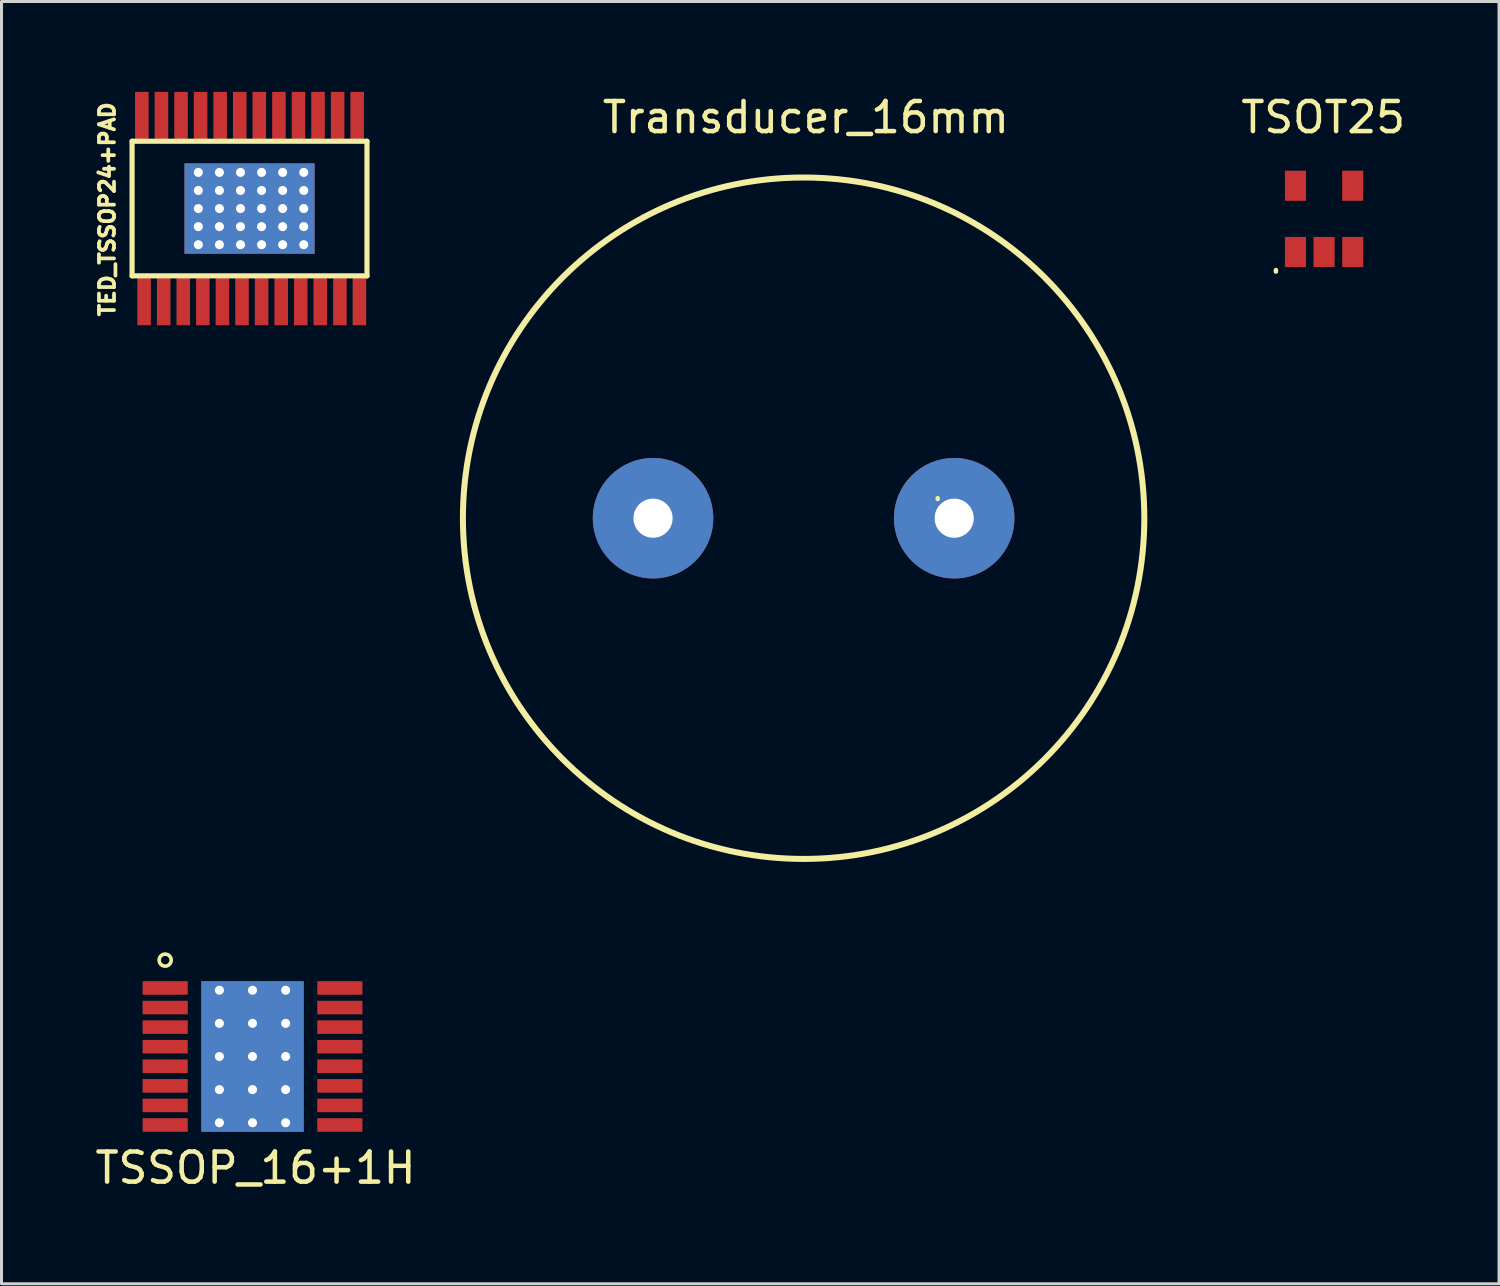
<source format=kicad_pcb>
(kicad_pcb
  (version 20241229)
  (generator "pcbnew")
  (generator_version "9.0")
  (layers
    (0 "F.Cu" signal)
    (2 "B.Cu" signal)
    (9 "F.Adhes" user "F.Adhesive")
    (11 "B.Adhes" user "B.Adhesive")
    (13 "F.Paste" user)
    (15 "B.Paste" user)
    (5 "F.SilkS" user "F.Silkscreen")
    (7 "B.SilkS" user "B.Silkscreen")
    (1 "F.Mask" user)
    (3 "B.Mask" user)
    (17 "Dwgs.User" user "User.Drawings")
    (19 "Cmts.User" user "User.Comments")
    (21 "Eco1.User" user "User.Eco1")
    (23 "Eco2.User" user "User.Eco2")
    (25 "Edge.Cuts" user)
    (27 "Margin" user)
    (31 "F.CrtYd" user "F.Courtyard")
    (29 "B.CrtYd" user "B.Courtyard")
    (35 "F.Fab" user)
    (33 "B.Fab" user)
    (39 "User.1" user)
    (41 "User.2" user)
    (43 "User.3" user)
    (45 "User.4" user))
  (footprint "TSOT25"
    (layer "F.Cu")
    (at 40.918 4.218)
    (property "Reference" "TSOT25" (at -0.03 -3.37 0) (layer "F.SilkS") (effects (font (size 1 1) (thickness 0.15))))
    (attr smd)
    (fp_line (start -1.6 1.7) (end -1.6 1.75) (stroke (width 0.15) (type solid)) (layer "F.SilkS"))
    (pad "1" smd rect (at -0.95 1.1) (size 0.7 1) (layers "F.Cu" "F.Mask" "F.Paste"))
    (pad "2" smd rect (at 0 1.1) (size 0.7 1) (layers "F.Cu" "F.Mask" "F.Paste"))
    (pad "3" smd rect (at 0.95 1.1) (size 0.7 1) (layers "F.Cu" "F.Mask" "F.Paste"))
    (pad "4" smd rect (at 0.95 -1.1) (size 0.7 1) (layers "F.Cu" "F.Mask" "F.Paste"))
    (pad "5" smd rect (at -0.95 -1.1) (size 0.7 1) (layers "F.Cu" "F.Mask" "F.Paste")))
  (footprint "TSSOP_16+1H"
    (layer "F.Cu")
    (at 5.335 32.032)
    (property "Reference" "TSSOP_16+1H" (at 0.1 3.7 0) (layer "F.SilkS") (effects (font (size 1 1) (thickness 0.15))))
    (attr through_hole)
    (fp_circle (center -2.9 -3.2) (end -2.9 -3) (stroke (width 0.12) (type solid)) (fill no) (layer "F.SilkS"))
    (pad "1" smd rect (at -2.9 -2.275) (size 1.5 0.45) (layers "F.Cu" "F.Mask" "F.Paste"))
    (pad "2" smd rect (at -2.9 -1.625) (size 1.5 0.45) (layers "F.Cu" "F.Mask" "F.Paste"))
    (pad "3" smd rect (at -2.9 -0.975) (size 1.5 0.45) (layers "F.Cu" "F.Mask" "F.Paste"))
    (pad "4" smd rect (at -2.9 -0.325) (size 1.5 0.45) (layers "F.Cu" "F.Mask" "F.Paste"))
    (pad "5" smd rect (at -2.9 0.325) (size 1.5 0.45) (layers "F.Cu" "F.Mask" "F.Paste"))
    (pad "6" smd rect (at -2.9 0.975) (size 1.5 0.45) (layers "F.Cu" "F.Mask" "F.Paste"))
    (pad "7" smd rect (at -2.9 1.625) (size 1.5 0.45) (layers "F.Cu" "F.Mask" "F.Paste"))
    (pad "8" smd rect (at -2.9 2.275) (size 1.5 0.45) (layers "F.Cu" "F.Mask" "F.Paste"))
    (pad "9" smd rect (at 2.9 2.275) (size 1.5 0.45) (layers "F.Cu" "F.Mask" "F.Paste"))
    (pad "10" smd rect (at 2.9 1.625) (size 1.5 0.45) (layers "F.Cu" "F.Mask" "F.Paste"))
    (pad "11" smd rect (at 2.9 0.975) (size 1.5 0.45) (layers "F.Cu" "F.Mask" "F.Paste"))
    (pad "12" smd rect (at 2.9 0.325) (size 1.5 0.45) (layers "F.Cu" "F.Mask" "F.Paste"))
    (pad "13" smd rect (at 2.9 -0.325) (size 1.5 0.45) (layers "F.Cu" "F.Mask" "F.Paste"))
    (pad "14" smd rect (at 2.9 -0.975) (size 1.5 0.45) (layers "F.Cu" "F.Mask" "F.Paste"))
    (pad "15" smd rect (at 2.9 -1.625) (size 1.5 0.45) (layers "F.Cu" "F.Mask" "F.Paste"))
    (pad "16" smd rect (at 2.9 -2.275) (size 1.5 0.45) (layers "F.Cu" "F.Mask" "F.Paste"))
    (pad "17" thru_hole circle (at -1.1 -2.2) (size 0.3 0.3) (drill 0.3) (layers "*.Cu" "*.Mask"))
    (pad "17" thru_hole circle (at -1.1 -1.1) (size 0.3 0.3) (drill 0.3) (layers "*.Cu" "*.Mask"))
    (pad "17" thru_hole circle (at -1.1 0) (size 0.3 0.3) (drill 0.3) (layers "*.Cu" "*.Mask"))
    (pad "17" thru_hole circle (at -1.1 1.1) (size 0.3 0.3) (drill 0.3) (layers "*.Cu" "*.Mask"))
    (pad "17" thru_hole circle (at -1.1 2.2) (size 0.3 0.3) (drill 0.3) (layers "*.Cu" "*.Mask"))
    (pad "17" thru_hole circle (at 0 -2.2) (size 0.3 0.3) (drill 0.3) (layers "*.Cu" "*.Mask"))
    (pad "17" thru_hole circle (at 0 -1.1) (size 0.3 0.3) (drill 0.3) (layers "*.Cu" "*.Mask"))
    (pad "17" thru_hole circle (at 0 0) (size 0.3 0.3) (drill 0.3) (layers "*.Cu" "*.Mask"))
    (pad "17" smd rect (at 0 0) (size 3 3) (layers "F.Cu" "F.Mask" "F.Paste"))
    (pad "17" smd rect (at 0 0) (size 3 3) (layers "B.Cu" "B.Mask" "B.Paste"))
    (pad "17" smd rect (at 0 0) (size 3.4 5) (layers "F.Cu"))
    (pad "17" smd rect (at 0 0) (size 3.4 5) (layers "B.Cu" "B.Mask" "B.Paste"))
    (pad "17" thru_hole circle (at 0 1.1) (size 0.3 0.3) (drill 0.3) (layers "*.Cu" "*.Mask"))
    (pad "17" thru_hole circle (at 0 2.2) (size 0.3 0.3) (drill 0.3) (layers "*.Cu" "*.Mask"))
    (pad "17" thru_hole circle (at 1.1 -2.2) (size 0.3 0.3) (drill 0.3) (layers "*.Cu" "*.Mask"))
    (pad "17" thru_hole circle (at 1.1 -1.1) (size 0.3 0.3) (drill 0.3) (layers "*.Cu" "*.Mask"))
    (pad "17" thru_hole circle (at 1.1 0) (size 0.3 0.3) (drill 0.3) (layers "*.Cu" "*.Mask"))
    (pad "17" thru_hole circle (at 1.1 1.1) (size 0.3 0.3) (drill 0.3) (layers "*.Cu" "*.Mask"))
    (pad "17" thru_hole circle (at 1.1 2.2) (size 0.3 0.3) (drill 0.3) (layers "*.Cu" "*.Mask")))
  (footprint "TED_TSSOP24+PAD"
    (layer "F.Cu")
    (at 5.236 3.875)
    (property "Reference" "TED_TSSOP24+PAD" (at -4.725 0.025 90) (layer "F.SilkS") (effects (font (size 0.5 0.5) (thickness 0.124))))
    (attr through_hole)
    (fp_line (start -3.9 -2.235) (end 3.9 -2.235) (stroke (width 0.17) (type solid)) (layer "F.SilkS"))
    (fp_line (start -3.9 2.235) (end -3.9 -2.235) (stroke (width 0.17) (type solid)) (layer "F.SilkS"))
    (fp_line (start 3.9 -2.235) (end 3.9 2.235) (stroke (width 0.17) (type solid)) (layer "F.SilkS"))
    (fp_line (start 3.9 2.235) (end -3.9 2.235) (stroke (width 0.17) (type solid)) (layer "F.SilkS"))
    (pad "1" smd rect (at -3.501 3.05) (size 0.45 1.65) (layers "F.Cu" "F.Mask" "F.Paste"))
    (pad "2" smd rect (at -2.85 3.05) (size 0.45 1.65) (layers "F.Cu" "F.Mask" "F.Paste"))
    (pad "3" smd rect (at -2.2 3.05) (size 0.45 1.65) (layers "F.Cu" "F.Mask" "F.Paste"))
    (pad "4" smd rect (at -1.55 3.05) (size 0.45 1.65) (layers "F.Cu" "F.Mask" "F.Paste"))
    (pad "5" smd rect (at -0.9 3.05) (size 0.45 1.65) (layers "F.Cu" "F.Mask" "F.Paste"))
    (pad "6" smd rect (at -0.249 3.05) (size 0.45 1.65) (layers "F.Cu" "F.Mask" "F.Paste"))
    (pad "7" smd rect (at 0.401 3.05) (size 0.45 1.65) (layers "F.Cu" "F.Mask" "F.Paste"))
    (pad "8" smd rect (at 1.051 3.05) (size 0.45 1.65) (layers "F.Cu" "F.Mask" "F.Paste"))
    (pad "9" smd rect (at 1.701 3.05) (size 0.45 1.65) (layers "F.Cu" "F.Mask" "F.Paste"))
    (pad "10" smd rect (at 2.349 3.05) (size 0.45 1.65) (layers "F.Cu" "F.Mask" "F.Paste"))
    (pad "11" smd rect (at 3.001 3.05) (size 0.45 1.65) (layers "F.Cu" "F.Mask" "F.Paste"))
    (pad "12" smd rect (at 3.649 3.05) (size 0.45 1.65) (layers "F.Cu" "F.Mask" "F.Paste"))
    (pad "13" smd rect (at 3.574 -3.05) (size 0.45 1.65) (layers "F.Cu" "F.Mask" "F.Paste"))
    (pad "14" smd rect (at 2.926 -3.05) (size 0.45 1.65) (layers "F.Cu" "F.Mask" "F.Paste"))
    (pad "15" smd rect (at 2.274 -3.05) (size 0.45 1.65) (layers "F.Cu" "F.Mask" "F.Paste"))
    (pad "16" smd rect (at 1.626 -3.05) (size 0.45 1.65) (layers "F.Cu" "F.Mask" "F.Paste"))
    (pad "17" smd rect (at 0.976 -3.05) (size 0.45 1.65) (layers "F.Cu" "F.Mask" "F.Paste"))
    (pad "18" smd rect (at 0.325 -3.05) (size 0.45 1.65) (layers "F.Cu" "F.Mask" "F.Paste"))
    (pad "19" smd rect (at -0.325 -3.05) (size 0.45 1.65) (layers "F.Cu" "F.Mask" "F.Paste"))
    (pad "20" smd rect (at -0.975 -3.05) (size 0.45 1.65) (layers "F.Cu" "F.Mask" "F.Paste"))
    (pad "21" smd rect (at -1.625 -3.05) (size 0.45 1.65) (layers "F.Cu" "F.Mask" "F.Paste"))
    (pad "22" smd rect (at -2.275 -3.05) (size 0.45 1.65) (layers "F.Cu" "F.Mask" "F.Paste"))
    (pad "23" smd rect (at -2.925 -3.05) (size 0.45 1.65) (layers "F.Cu" "F.Mask" "F.Paste"))
    (pad "24" smd rect (at -3.576 -3.05) (size 0.45 1.65) (layers "F.Cu" "F.Mask" "F.Paste"))
    (pad "PAD" thru_hole circle (at -1.7 -1.2) (size 0.4 0.4) (drill 0.3) (layers "*.Cu" "*.Mask"))
    (pad "PAD" thru_hole circle (at -1.7 -0.6) (size 0.4 0.4) (drill 0.3) (layers "*.Cu" "*.Mask"))
    (pad "PAD" thru_hole circle (at -1.7 0) (size 0.4 0.4) (drill 0.3) (layers "*.Cu" "*.Mask"))
    (pad "PAD" thru_hole circle (at -1.7 0.6) (size 0.4 0.4) (drill 0.3) (layers "*.Cu" "*.Mask"))
    (pad "PAD" thru_hole circle (at -1.7 1.2) (size 0.4 0.4) (drill 0.3) (layers "*.Cu" "*.Mask"))
    (pad "PAD" thru_hole circle (at -1 -1.2) (size 0.4 0.4) (drill 0.3) (layers "*.Cu" "*.Mask"))
    (pad "PAD" thru_hole circle (at -1 -0.6) (size 0.4 0.4) (drill 0.3) (layers "*.Cu" "*.Mask"))
    (pad "PAD" thru_hole circle (at -1 0) (size 0.4 0.4) (drill 0.3) (layers "*.Cu" "*.Mask"))
    (pad "PAD" thru_hole circle (at -1 0.6) (size 0.4 0.4) (drill 0.3) (layers "*.Cu" "*.Mask"))
    (pad "PAD" thru_hole circle (at -1 1.2) (size 0.4 0.4) (drill 0.3) (layers "*.Cu" "*.Mask"))
    (pad "PAD" thru_hole circle (at -0.3 -1.2) (size 0.4 0.4) (drill 0.3) (layers "*.Cu" "*.Mask"))
    (pad "PAD" thru_hole circle (at -0.3 -0.6) (size 0.4 0.4) (drill 0.3) (layers "*.Cu" "*.Mask"))
    (pad "PAD" thru_hole circle (at -0.3 0) (size 0.4 0.4) (drill 0.3) (layers "*.Cu" "*.Mask"))
    (pad "PAD" thru_hole circle (at -0.3 0.6) (size 0.4 0.4) (drill 0.3) (layers "*.Cu" "*.Mask"))
    (pad "PAD" thru_hole circle (at -0.3 1.2) (size 0.4 0.4) (drill 0.3) (layers "*.Cu" "*.Mask"))
    (pad "PAD" smd rect (at 0 0) (size 4.32 3) (layers "F.Cu" "F.Mask" "F.Paste"))
    (pad "PAD" smd rect (at 0 0) (size 4.32 3) (layers "B.Cu" "B.Mask" "B.Paste"))
    (pad "PAD" thru_hole circle (at 0.4 -1.2) (size 0.4 0.4) (drill 0.3) (layers "*.Cu" "*.Mask"))
    (pad "PAD" thru_hole circle (at 0.4 -0.6) (size 0.4 0.4) (drill 0.3) (layers "*.Cu" "*.Mask"))
    (pad "PAD" thru_hole circle (at 0.4 0) (size 0.4 0.4) (drill 0.3) (layers "*.Cu" "*.Mask"))
    (pad "PAD" thru_hole circle (at 0.4 0.6) (size 0.4 0.4) (drill 0.3) (layers "*.Cu" "*.Mask"))
    (pad "PAD" thru_hole circle (at 0.4 1.2) (size 0.4 0.4) (drill 0.3) (layers "*.Cu" "*.Mask"))
    (pad "PAD" thru_hole circle (at 1.1 -1.2) (size 0.4 0.4) (drill 0.3) (layers "*.Cu" "*.Mask"))
    (pad "PAD" thru_hole circle (at 1.1 -0.6) (size 0.4 0.4) (drill 0.3) (layers "*.Cu" "*.Mask"))
    (pad "PAD" thru_hole circle (at 1.1 0) (size 0.4 0.4) (drill 0.3) (layers "*.Cu" "*.Mask"))
    (pad "PAD" thru_hole circle (at 1.1 0.6) (size 0.4 0.4) (drill 0.3) (layers "*.Cu" "*.Mask"))
    (pad "PAD" thru_hole circle (at 1.1 1.2) (size 0.4 0.4) (drill 0.3) (layers "*.Cu" "*.Mask"))
    (pad "PAD" thru_hole circle (at 1.8 -1.2) (size 0.4 0.4) (drill 0.3) (layers "*.Cu" "*.Mask"))
    (pad "PAD" thru_hole circle (at 1.8 -0.6) (size 0.4 0.4) (drill 0.3) (layers "*.Cu" "*.Mask"))
    (pad "PAD" thru_hole circle (at 1.8 0) (size 0.4 0.4) (drill 0.3) (layers "*.Cu" "*.Mask"))
    (pad "PAD" thru_hole circle (at 1.8 0.6) (size 0.4 0.4) (drill 0.3) (layers "*.Cu" "*.Mask"))
    (pad "PAD" thru_hole circle (at 1.8 1.2) (size 0.4 0.4) (drill 0.3) (layers "*.Cu" "*.Mask")))
  (footprint "Transducer_16mm"
    (layer "F.Cu")
    (at 23.635 14.158)
    (property "Reference" "Transducer_16mm" (at 0.076 -13.31 0) (layer "F.SilkS") (effects (font (size 1 1) (thickness 0.15))))
    (attr smd)
    (fp_line (start 4.453 -0.665) (end 4.453 -0.64) (stroke (width 0.15) (type solid)) (layer "F.SilkS"))
    (fp_circle (center 0 0) (end -8 -8) (stroke (width 0.2) (type solid)) (fill no) (layer "F.SilkS"))
    (pad "1" thru_hole circle (at -5 0) (size 4 4) (drill 1.3) (layers "*.Cu" "*.Mask"))
    (pad "2" thru_hole circle (at 5 0) (size 4 4) (drill 1.3) (layers "*.Cu" "*.Mask")))
  (gr_rect
    (start -3 -3)
    (end 46.727 39.58)
    (stroke (width 0.1) (type default))
    (fill no)
    (layer "Edge.Cuts")))
</source>
